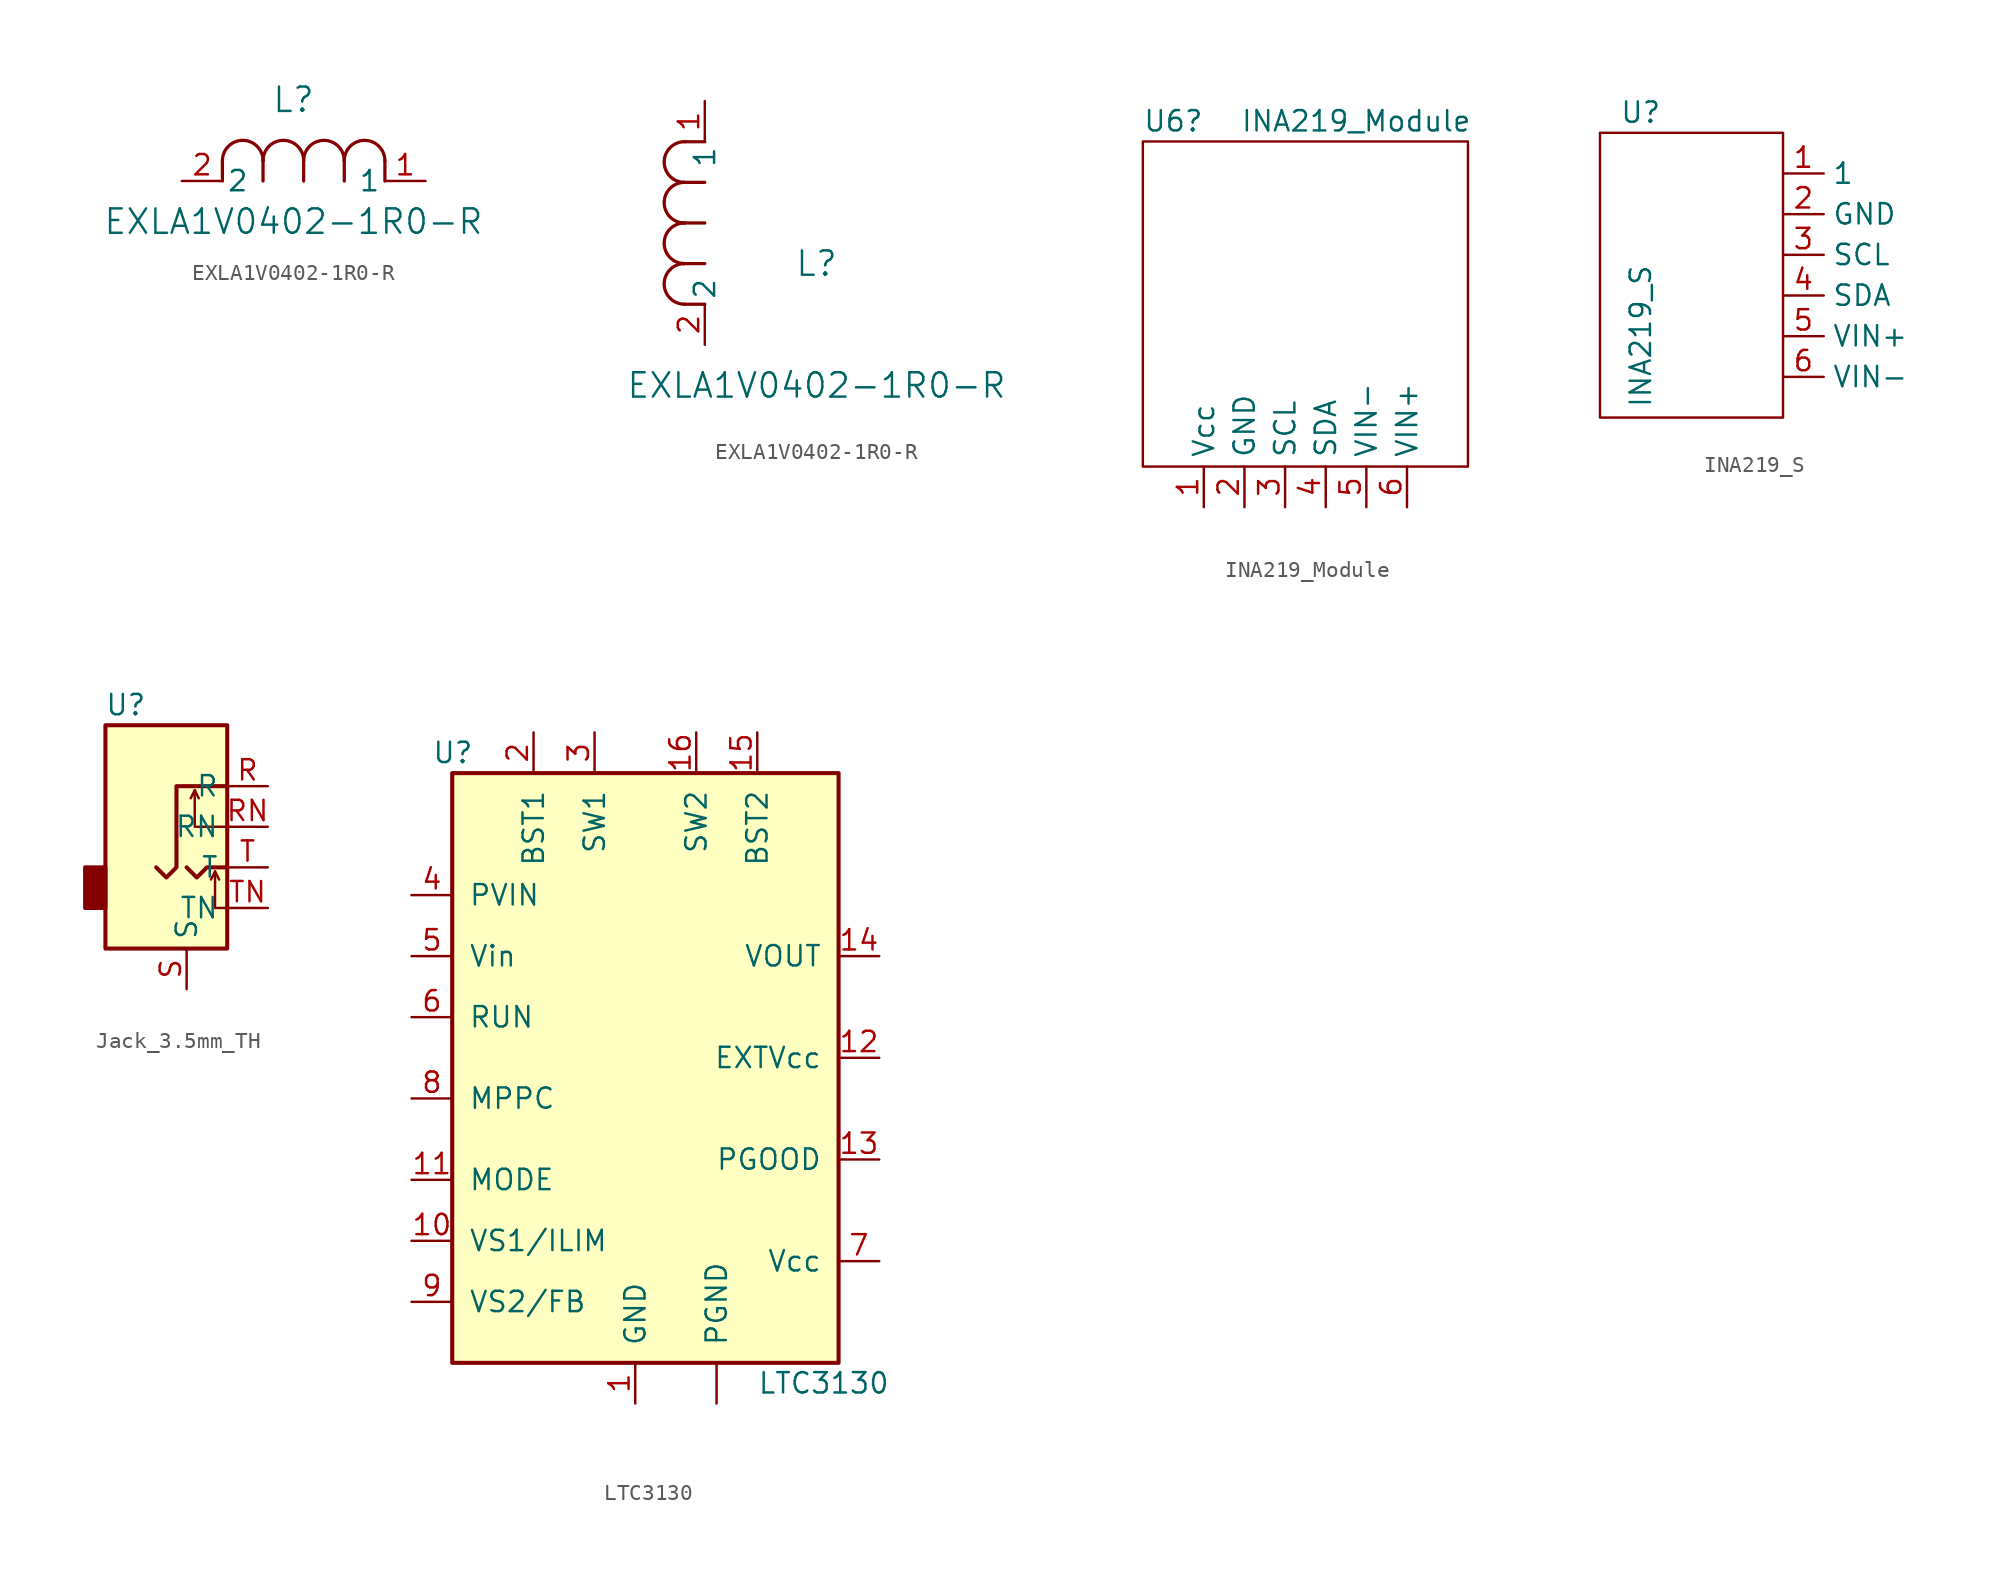
<source format=kicad_sym>
(kicad_symbol_lib
  (version 20241209)
  (generator "kicad_symbol_editor")
  (generator_version "9.0")
  (symbol "EXLA1V0402-1R0-R"
    (pin_names
      (offset 0.254))
    (property "Reference" "L"
      (at 6.985 5.08 0)
      (effects (font (size 1.524 1.524))))
    (property "Value" "EXLA1V0402-1R0-R"
      (at 6.985 -2.54 0)
      (effects (font (size 1.524 1.524))))
    (property "ki_locked" ""
      (at 0 0 0)
      (effects (font (size 1.27 1.27))))
    (symbol "EXLA1V0402-1R0-R_1_1"
      (polyline (pts (xy 2.54 0) (xy 2.54 1.27)) (stroke (width 0.203) (type default)) (fill (type none)))
      (arc (start 2.54 1.27) (mid 3.81 2.5344) (end 5.08 1.27) (stroke (width 0.2032) (type default)) (fill (type none)))
      (polyline (pts (xy 5.08 0) (xy 5.08 1.27)) (stroke (width 0.203) (type default)) (fill (type none)))
      (arc (start 5.08 1.27) (mid 6.35 2.5344) (end 7.62 1.27) (stroke (width 0.2032) (type default)) (fill (type none)))
      (polyline (pts (xy 7.62 0) (xy 7.62 1.27)) (stroke (width 0.203) (type default)) (fill (type none)))
      (arc (start 7.62 1.27) (mid 8.89 2.5344) (end 10.16 1.27) (stroke (width 0.2032) (type default)) (fill (type none)))
      (polyline (pts (xy 10.16 0) (xy 10.16 1.27)) (stroke (width 0.203) (type default)) (fill (type none)))
      (arc (start 10.16 1.27) (mid 11.43 2.5344) (end 12.7 1.27) (stroke (width 0.2032) (type default)) (fill (type none)))
      (polyline (pts (xy 12.7 0) (xy 12.7 1.27)) (stroke (width 0.203) (type default)) (fill (type none)))
      (pin unspecified line (at 0 0 0) (length 2.54) (name "2" (effects (font (size 1.27 1.27)))) (number "2" (effects (font (size 1.27 1.27)))))
      (pin unspecified line (at 15.24 0 180) (length 2.54) (name "1" (effects (font (size 1.27 1.27)))) (number "1" (effects (font (size 1.27 1.27))))))
    (symbol "EXLA1V0402-1R0-R_1_2"
      (arc (start -1.27 10.16) (mid -2.5344 11.43) (end -1.27 12.7) (stroke (width 0.2032) (type default)) (fill (type none)))
      (arc (start -1.27 7.62) (mid -2.5344 8.89) (end -1.27 10.16) (stroke (width 0.2032) (type default)) (fill (type none)))
      (arc (start -1.27 5.08) (mid -2.5344 6.35) (end -1.27 7.62) (stroke (width 0.2032) (type default)) (fill (type none)))
      (arc (start -1.27 2.54) (mid -2.5344 3.81) (end -1.27 5.08) (stroke (width 0.2032) (type default)) (fill (type none)))
      (polyline (pts (xy 0 12.7) (xy -1.27 12.7)) (stroke (width 0.203) (type default)) (fill (type none)))
      (polyline (pts (xy 0 10.16) (xy -1.27 10.16)) (stroke (width 0.203) (type default)) (fill (type none)))
      (polyline (pts (xy 0 7.62) (xy -1.27 7.62)) (stroke (width 0.203) (type default)) (fill (type none)))
      (polyline (pts (xy 0 5.08) (xy -1.27 5.08)) (stroke (width 0.203) (type default)) (fill (type none)))
      (polyline (pts (xy 0 2.54) (xy -1.27 2.54)) (stroke (width 0.203) (type default)) (fill (type none)))
      (pin unspecified line (at 0 15.24 270) (length 2.54) (name "1" (effects (font (size 1.27 1.27)))) (number "1" (effects (font (size 1.27 1.27)))))
      (pin unspecified line (at 0 0 90) (length 2.54) (name "2" (effects (font (size 1.27 1.27)))) (number "2" (effects (font (size 1.27 1.27)))))))
  (symbol "INA219_Module"
    (property "Reference" "U6"
      (at -5.715 -1.27 0)
      (effects (font (size 1.27 1.27))))
    (property "Value" "INA219_Module"
      (at 5.715 -1.27 0)
      (effects (font (size 1.27 1.27))))
    (symbol "INA219_Module_0_1"
      (rectangle (start -7.62 -2.54) (end 12.7 -22.86) (stroke (width 0) (type default)) (fill (type none))))
    (symbol "INA219_Module_1_1"
      (pin power_in line (at -3.81 -25.4 90) (length 2.54) (name "Vcc" (effects (font (size 1.27 1.27)))) (number "1" (effects (font (size 1.27 1.27)))))
      (pin power_in line (at -1.27 -25.4 90) (length 2.54) (name "GND" (effects (font (size 1.27 1.27)))) (number "2" (effects (font (size 1.27 1.27)))))
      (pin input line (at 1.27 -25.4 90) (length 2.54) (name "SCL" (effects (font (size 1.27 1.27)))) (number "3" (effects (font (size 1.27 1.27)))))
      (pin bidirectional line (at 3.81 -25.4 90) (length 2.54) (name "SDA" (effects (font (size 1.27 1.27)))) (number "4" (effects (font (size 1.27 1.27)))))
      (pin output line (at 6.35 -25.4 90) (length 2.54) (name "VIN-" (effects (font (size 1.27 1.27)))) (number "5" (effects (font (size 1.27 1.27)))))
      (pin input line (at 8.89 -25.4 90) (length 2.54) (name "VIN+" (effects (font (size 1.27 1.27)))) (number "6" (effects (font (size 1.27 1.27)))))))
  (symbol "INA219_S"
    (property "Reference" "U"
      (at -2.54 6.35 0)
      (effects (font (size 1.27 1.27))))
    (property "Value" "INA219_S"
      (at -2.54 -7.62 90)
      (effects (font (size 1.27 1.27))))
    (symbol "INA219_S_0_1"
      (rectangle (start -5.08 5.08) (end 6.35 -12.7) (stroke (width 0) (type default)) (fill (type none))))
    (symbol "INA219_S_1_1"
      (pin power_in line (at 6.35 2.54 0) (length 2.54) (name "1" (effects (font (size 1.27 1.27)))) (number "1" (effects (font (size 1.27 1.27)))))
      (pin power_in line (at 6.35 0 0) (length 2.54) (name "GND" (effects (font (size 1.27 1.27)))) (number "2" (effects (font (size 1.27 1.27)))))
      (pin input line (at 6.35 -2.54 0) (length 2.54) (name "SCL" (effects (font (size 1.27 1.27)))) (number "3" (effects (font (size 1.27 1.27)))))
      (pin input line (at 6.35 -5.08 0) (length 2.54) (name "SDA" (effects (font (size 1.27 1.27)))) (number "4" (effects (font (size 1.27 1.27)))))
      (pin input line (at 6.35 -7.62 0) (length 2.54) (name "VIN+" (effects (font (size 1.27 1.27)))) (number "5" (effects (font (size 1.27 1.27)))))
      (pin input line (at 6.35 -10.16 0) (length 2.54) (name "VIN-" (effects (font (size 1.27 1.27)))) (number "6" (effects (font (size 1.27 1.27)))))))
  (symbol "Jack_3.5mm_TH"
    (property "Reference" "U"
      (at -8.89 7.62 0)
      (effects (font (size 1.27 1.27))))
    (property "Value" ""
      (at 0 0 0)
      (effects (font (size 1.27 1.27))))
    (symbol "Jack_3.5mm_TH_0_1"
      (rectangle (start -10.16 6.35) (end -2.54 -7.62) (stroke (width 0.254) (type default)) (fill (type background)))
      (rectangle (start -10.16 -2.54) (end -11.43 -5.08) (stroke (width 0.254) (type default)) (fill (type outline)))
      (polyline (pts (xy -6.985 -2.54) (xy -6.35 -3.175) (xy -5.715 -2.54) (xy -5.715 2.54) (xy -2.54 2.54)) (stroke (width 0.254) (type default)) (fill (type none)))
      (polyline (pts (xy -5.08 -2.54) (xy -4.445 -3.175) (xy -3.81 -2.54) (xy -2.54 -2.54)) (stroke (width 0.254) (type default)) (fill (type none)))
      (polyline (pts (xy -4.572 2.286) (xy -4.318 1.778)) (stroke (width 0) (type default)) (fill (type none)))
      (polyline (pts (xy -3.302 -2.794) (xy -3.048 -3.302)) (stroke (width 0) (type default)) (fill (type none)))
      (polyline (pts (xy -2.54 0) (xy -4.572 0) (xy -4.572 2.286) (xy -4.826 1.778)) (stroke (width 0) (type default)) (fill (type none)))
      (polyline (pts (xy -2.54 -5.08) (xy -3.302 -5.08) (xy -3.302 -2.794) (xy -3.556 -3.302)) (stroke (width 0) (type default)) (fill (type none))))
    (symbol "Jack_3.5mm_TH_1_1"
      (pin passive line (at -5.08 -10.16 90) (length 2.54) (name "S" (effects (font (size 1.27 1.27)))) (number "S" (effects (font (size 1.27 1.27)))))
      (pin passive line (at 0 2.54 180) (length 2.54) (name "R" (effects (font (size 1.27 1.27)))) (number "R" (effects (font (size 1.27 1.27)))))
      (pin passive line (at 0 0 180) (length 2.54) (name "RN" (effects (font (size 1.27 1.27)))) (number "RN" (effects (font (size 1.27 1.27)))))
      (pin passive line (at 0 -2.54 180) (length 2.54) (name "T" (effects (font (size 1.27 1.27)))) (number "T" (effects (font (size 1.27 1.27)))))
      (pin passive line (at 0 -5.08 180) (length 2.54) (name "TN" (effects (font (size 1.27 1.27)))) (number "TN" (effects (font (size 1.27 1.27)))))))
  (symbol "LTC3130"
    (pin_names
      (offset 1.016))
    (property "Reference" "U"
      (at -16.51 12.7 0)
      (effects (font (size 1.27 1.27)) (justify left)))
    (property "Value" "LTC3130"
      (at 3.81 -26.67 0)
      (effects (font (size 1.27 1.27)) (justify left)))
    (symbol "LTC3130_0_1"
      (rectangle (start -15.24 11.43) (end 8.89 -25.4) (stroke (width 0.254) (type default)) (fill (type background))))
    (symbol "LTC3130_1_1"
      (pin output line (at -17.78 3.81 0) (length 2.54) (name "PVIN" (effects (font (size 1.27 1.27)))) (number "4" (effects (font (size 1.27 1.27)))))
      (pin input line (at -17.78 0 0) (length 2.54) (name "Vin" (effects (font (size 1.27 1.27)))) (number "5" (effects (font (size 1.27 1.27)))))
      (pin input line (at -17.78 -3.81 0) (length 2.54) (name "RUN" (effects (font (size 1.27 1.27)))) (number "6" (effects (font (size 1.27 1.27)))))
      (pin input line (at -17.78 -8.89 0) (length 2.54) (name "MPPC" (effects (font (size 1.27 1.27)))) (number "8" (effects (font (size 1.27 1.27)))))
      (pin output line (at -17.78 -13.97 0) (length 2.54) (name "MODE" (effects (font (size 1.27 1.27)))) (number "11" (effects (font (size 1.27 1.27)))))
      (pin output line (at -17.78 -17.78 0) (length 2.54) (name "VS1/ILIM" (effects (font (size 1.27 1.27)))) (number "10" (effects (font (size 1.27 1.27)))))
      (pin output line (at -17.78 -21.59 0) (length 2.54) (name "VS2/FB" (effects (font (size 1.27 1.27)))) (number "9" (effects (font (size 1.27 1.27)))))
      (pin input line (at -10.16 13.97 270) (length 2.54) (name "BST1" (effects (font (size 1.27 1.27)))) (number "2" (effects (font (size 1.27 1.27)))))
      (pin input line (at -6.35 13.97 270) (length 2.54) (name "SW1" (effects (font (size 1.27 1.27)))) (number "3" (effects (font (size 1.27 1.27)))))
      (pin power_in line (at -3.81 -27.94 90) (length 2.54) (name "GND" (effects (font (size 1.27 1.27)))) (number "1" (effects (font (size 1.27 1.27)))))
      (pin input line (at 0 13.97 270) (length 2.54) (name "SW2" (effects (font (size 1.27 1.27)))) (number "16" (effects (font (size 1.27 1.27)))))
      (pin power_in line (at 1.27 -27.94 90) (length 2.54) (name "PGND" (effects (font (size 1.27 1.27)))) (number "" (effects (font (size 1.27 1.27)))))
      (pin input line (at 3.81 13.97 270) (length 2.54) (name "BST2" (effects (font (size 1.27 1.27)))) (number "15" (effects (font (size 1.27 1.27)))))
      (pin power_in line (at 11.43 0 180) (length 2.54) (name "VOUT" (effects (font (size 1.27 1.27)))) (number "14" (effects (font (size 1.27 1.27)))))
      (pin power_in line (at 11.43 -6.35 180) (length 2.54) (name "EXTVcc" (effects (font (size 1.27 1.27)))) (number "12" (effects (font (size 1.27 1.27)))))
      (pin input line (at 11.43 -12.7 180) (length 2.54) (name "PGOOD" (effects (font (size 1.27 1.27)))) (number "13" (effects (font (size 1.27 1.27)))))
      (pin input line (at 11.43 -19.05 180) (length 2.54) (name "Vcc" (effects (font (size 1.27 1.27)))) (number "7" (effects (font (size 1.27 1.27))))))))
</source>
